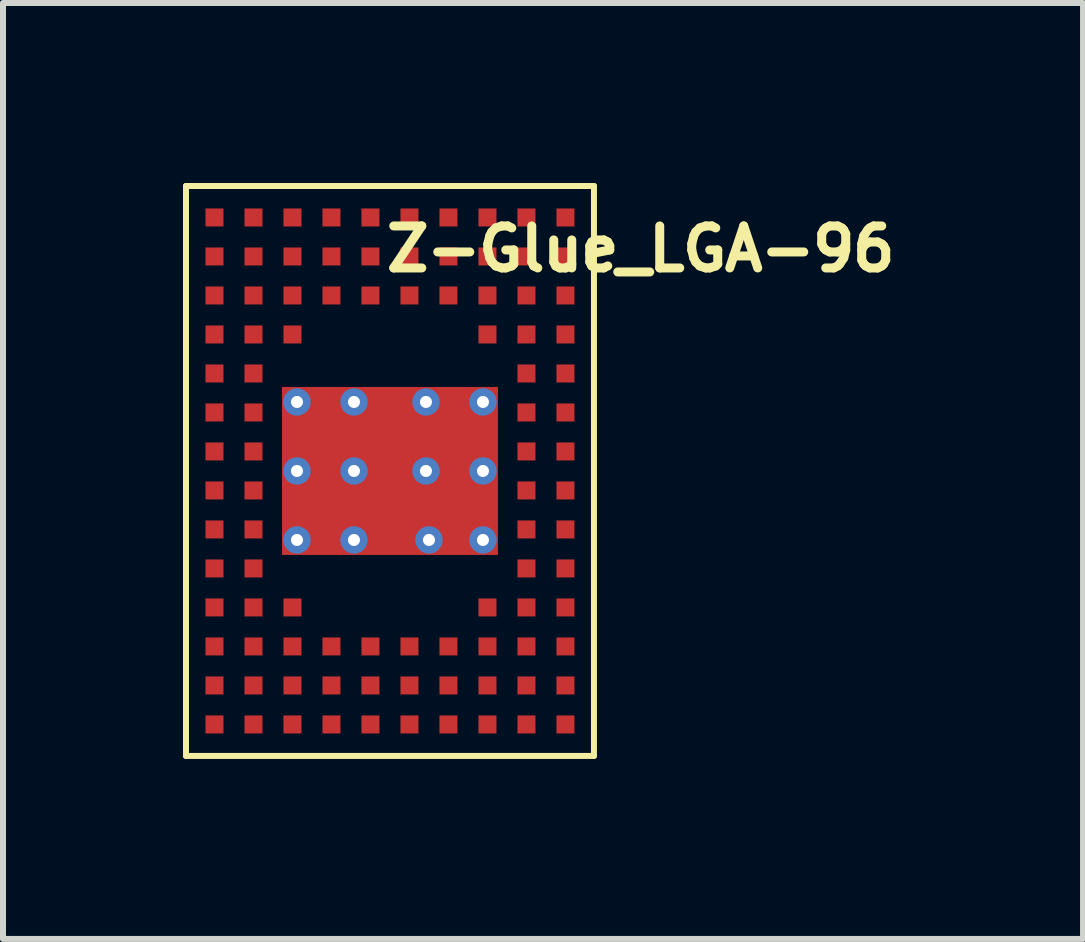
<source format=kicad_pcb>
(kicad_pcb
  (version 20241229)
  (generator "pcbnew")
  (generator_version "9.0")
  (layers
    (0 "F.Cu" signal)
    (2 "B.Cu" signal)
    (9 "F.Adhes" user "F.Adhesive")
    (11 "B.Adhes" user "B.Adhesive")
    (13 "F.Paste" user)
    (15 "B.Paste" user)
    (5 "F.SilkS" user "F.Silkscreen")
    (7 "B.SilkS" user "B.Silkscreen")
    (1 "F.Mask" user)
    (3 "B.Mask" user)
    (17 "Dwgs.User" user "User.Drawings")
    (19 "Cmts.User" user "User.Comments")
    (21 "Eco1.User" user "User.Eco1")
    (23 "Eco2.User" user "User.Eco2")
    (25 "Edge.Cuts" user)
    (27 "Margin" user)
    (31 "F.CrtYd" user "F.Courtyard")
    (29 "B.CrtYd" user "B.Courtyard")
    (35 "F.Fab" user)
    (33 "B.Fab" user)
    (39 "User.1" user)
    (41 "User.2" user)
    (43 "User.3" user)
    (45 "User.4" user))
  (footprint "Z-Glue_LGA-96"
    (layer "F.Cu")
    (at 3.45 4.8)
    (property "Reference" "Z-Glue_LGA-96" (at 4.18 -3.7 0) (layer "F.SilkS") (effects (font (size 0.7 0.7) (thickness 0.15))))
    (attr through_hole)
    (fp_line (start -3.4 -4.75) (end -3.4 4.75) (stroke (width 0.1) (type solid)) (layer "F.SilkS"))
    (fp_line (start -3.4 -4.75) (end 3.4 -4.75) (stroke (width 0.1) (type solid)) (layer "F.SilkS"))
    (fp_line (start -3.4 4.75) (end 3.4 4.75) (stroke (width 0.1) (type solid)) (layer "F.SilkS"))
    (fp_line (start 3.4 -4.75) (end 3.4 4.75) (stroke (width 0.1) (type solid)) (layer "F.SilkS"))
    (pad "" smd roundrect (at -1.2 -0.65) (size 1 1.2) (layers "F.Paste") (roundrect_rratio 0.25))
    (pad "" smd roundrect (at -1.2 0.65) (size 1 1.2) (layers "F.Paste") (roundrect_rratio 0.25))
    (pad "" smd roundrect (at 0 -0.65) (size 1 1.2) (layers "F.Paste") (roundrect_rratio 0.25))
    (pad "" smd roundrect (at 0 0.65) (size 1 1.2) (layers "F.Paste") (roundrect_rratio 0.25))
    (pad "" smd roundrect (at 1.2 -0.65) (size 1 1.2) (layers "F.Paste") (roundrect_rratio 0.25))
    (pad "" smd roundrect (at 1.2 0.65) (size 1 1.2) (layers "F.Paste") (roundrect_rratio 0.25))
    (pad "A1" smd rect (at 2.925 4.225) (size 0.3 0.3) (layers "F.Cu" "F.Mask" "F.Paste"))
    (pad "A2" smd rect (at 2.275 4.225) (size 0.3 0.3) (layers "F.Cu" "F.Mask" "F.Paste"))
    (pad "A3" smd rect (at 1.625 4.225) (size 0.3 0.3) (layers "F.Cu" "F.Mask" "F.Paste"))
    (pad "A4" smd rect (at 0.975 4.225) (size 0.3 0.3) (layers "F.Cu" "F.Mask" "F.Paste"))
    (pad "A5" smd rect (at 0.325 4.225) (size 0.3 0.3) (layers "F.Cu" "F.Mask" "F.Paste"))
    (pad "A6" smd rect (at -0.325 4.225) (size 0.3 0.3) (layers "F.Cu" "F.Mask" "F.Paste"))
    (pad "A7" smd rect (at -0.975 4.225) (size 0.3 0.3) (layers "F.Cu" "F.Mask" "F.Paste"))
    (pad "A8" smd rect (at -1.625 4.225) (size 0.3 0.3) (layers "F.Cu" "F.Mask" "F.Paste"))
    (pad "A9" smd rect (at -2.275 4.225) (size 0.3 0.3) (layers "F.Cu" "F.Mask" "F.Paste"))
    (pad "A10" smd rect (at -2.925 4.225) (size 0.3 0.3) (layers "F.Cu" "F.Mask" "F.Paste"))
    (pad "B1" smd rect (at 2.925 3.575) (size 0.3 0.3) (layers "F.Cu" "F.Mask" "F.Paste"))
    (pad "B2" smd rect (at 2.275 3.575) (size 0.3 0.3) (layers "F.Cu" "F.Mask" "F.Paste"))
    (pad "B3" smd rect (at 1.625 3.575) (size 0.3 0.3) (layers "F.Cu" "F.Mask" "F.Paste"))
    (pad "B4" smd rect (at 0.975 3.575) (size 0.3 0.3) (layers "F.Cu" "F.Mask" "F.Paste"))
    (pad "B5" smd rect (at 0.325 3.575) (size 0.3 0.3) (layers "F.Cu" "F.Mask" "F.Paste"))
    (pad "B6" smd rect (at -0.325 3.575) (size 0.3 0.3) (layers "F.Cu" "F.Mask" "F.Paste"))
    (pad "B7" smd rect (at -0.975 3.575) (size 0.3 0.3) (layers "F.Cu" "F.Mask" "F.Paste"))
    (pad "B8" smd rect (at -1.625 3.575) (size 0.3 0.3) (layers "F.Cu" "F.Mask" "F.Paste"))
    (pad "B9" smd rect (at -2.275 3.575) (size 0.3 0.3) (layers "F.Cu" "F.Mask" "F.Paste"))
    (pad "B10" smd rect (at -2.925 3.575) (size 0.3 0.3) (layers "F.Cu" "F.Mask" "F.Paste"))
    (pad "C1" smd rect (at 2.925 2.925) (size 0.3 0.3) (layers "F.Cu" "F.Mask" "F.Paste"))
    (pad "C2" smd rect (at 2.275 2.925) (size 0.3 0.3) (layers "F.Cu" "F.Mask" "F.Paste"))
    (pad "C3" smd rect (at 1.625 2.925) (size 0.3 0.3) (layers "F.Cu" "F.Mask" "F.Paste"))
    (pad "C4" smd rect (at 0.975 2.925) (size 0.3 0.3) (layers "F.Cu" "F.Mask" "F.Paste"))
    (pad "C5" smd rect (at 0.325 2.925) (size 0.3 0.3) (layers "F.Cu" "F.Mask" "F.Paste"))
    (pad "C6" smd rect (at -0.325 2.925) (size 0.3 0.3) (layers "F.Cu" "F.Mask" "F.Paste"))
    (pad "C7" smd rect (at -0.975 2.925) (size 0.3 0.3) (layers "F.Cu" "F.Mask" "F.Paste"))
    (pad "C8" smd rect (at -1.625 2.925) (size 0.3 0.3) (layers "F.Cu" "F.Mask" "F.Paste"))
    (pad "C9" smd rect (at -2.275 2.925) (size 0.3 0.3) (layers "F.Cu" "F.Mask" "F.Paste"))
    (pad "C10" smd rect (at -2.925 2.925) (size 0.3 0.3) (layers "F.Cu" "F.Mask" "F.Paste"))
    (pad "D1" smd rect (at 2.925 2.275) (size 0.3 0.3) (layers "F.Cu" "F.Mask" "F.Paste"))
    (pad "D2" smd rect (at 2.275 2.275) (size 0.3 0.3) (layers "F.Cu" "F.Mask" "F.Paste"))
    (pad "D3" smd rect (at 1.625 2.275) (size 0.3 0.3) (layers "F.Cu" "F.Mask" "F.Paste"))
    (pad "D8" smd rect (at -1.625 2.275) (size 0.3 0.3) (layers "F.Cu" "F.Mask" "F.Paste"))
    (pad "D9" smd rect (at -2.275 2.275) (size 0.3 0.3) (layers "F.Cu" "F.Mask" "F.Paste"))
    (pad "D10" smd rect (at -2.925 2.275) (size 0.3 0.3) (layers "F.Cu" "F.Mask" "F.Paste"))
    (pad "E1" smd rect (at 2.925 1.625) (size 0.3 0.3) (layers "F.Cu" "F.Mask" "F.Paste"))
    (pad "E2" smd rect (at 2.275 1.625) (size 0.3 0.3) (layers "F.Cu" "F.Mask" "F.Paste"))
    (pad "E9" smd rect (at -2.275 1.625) (size 0.3 0.3) (layers "F.Cu" "F.Mask" "F.Paste"))
    (pad "E10" smd rect (at -2.925 1.625) (size 0.3 0.3) (layers "F.Cu" "F.Mask" "F.Paste"))
    (pad "EP" thru_hole circle (at -1.55 -1.15) (size 0.457 0.457) (drill 0.2) (layers "*.Cu" "*.Mask"))
    (pad "EP" thru_hole circle (at -1.55 0) (size 0.457 0.457) (drill 0.2) (layers "*.Cu" "*.Mask"))
    (pad "EP" thru_hole circle (at -1.55 1.15) (size 0.457 0.457) (drill 0.2) (layers "*.Cu" "*.Mask"))
    (pad "EP" thru_hole circle (at -0.6 -1.15) (size 0.457 0.457) (drill 0.2) (layers "*.Cu" "*.Mask"))
    (pad "EP" thru_hole circle (at -0.6 0) (size 0.457 0.457) (drill 0.2) (layers "*.Cu" "*.Mask"))
    (pad "EP" thru_hole circle (at -0.6 1.15) (size 0.457 0.457) (drill 0.2) (layers "*.Cu" "*.Mask"))
    (pad "EP" smd rect (at 0 0) (size 3.6 2.8) (layers "F.Cu" "F.Mask"))
    (pad "EP" thru_hole circle (at 0.6 -1.15) (size 0.457 0.457) (drill 0.2) (layers "*.Cu" "*.Mask"))
    (pad "EP" thru_hole circle (at 0.6 0) (size 0.457 0.457) (drill 0.2) (layers "*.Cu" "*.Mask"))
    (pad "EP" thru_hole circle (at 0.65 1.15) (size 0.457 0.457) (drill 0.2) (layers "*.Cu" "*.Mask"))
    (pad "EP" thru_hole circle (at 1.55 -1.15) (size 0.457 0.457) (drill 0.2) (layers "*.Cu" "*.Mask"))
    (pad "EP" thru_hole circle (at 1.55 0) (size 0.457 0.457) (drill 0.2) (layers "*.Cu" "*.Mask"))
    (pad "EP" thru_hole circle (at 1.55 1.15) (size 0.457 0.457) (drill 0.2) (layers "*.Cu" "*.Mask"))
    (pad "F1" smd rect (at 2.925 0.975) (size 0.3 0.3) (layers "F.Cu" "F.Mask" "F.Paste"))
    (pad "F2" smd rect (at 2.275 0.975) (size 0.3 0.3) (layers "F.Cu" "F.Mask" "F.Paste"))
    (pad "F9" smd rect (at -2.275 0.975) (size 0.3 0.3) (layers "F.Cu" "F.Mask" "F.Paste"))
    (pad "F10" smd rect (at -2.925 0.975) (size 0.3 0.3) (layers "F.Cu" "F.Mask" "F.Paste"))
    (pad "G1" smd rect (at 2.925 0.325) (size 0.3 0.3) (layers "F.Cu" "F.Mask" "F.Paste"))
    (pad "G2" smd rect (at 2.275 0.325) (size 0.3 0.3) (layers "F.Cu" "F.Mask" "F.Paste"))
    (pad "G9" smd rect (at -2.275 0.325) (size 0.3 0.3) (layers "F.Cu" "F.Mask" "F.Paste"))
    (pad "G10" smd rect (at -2.925 0.325) (size 0.3 0.3) (layers "F.Cu" "F.Mask" "F.Paste"))
    (pad "H1" smd rect (at 2.925 -0.325) (size 0.3 0.3) (layers "F.Cu" "F.Mask" "F.Paste"))
    (pad "H2" smd rect (at 2.275 -0.325) (size 0.3 0.3) (layers "F.Cu" "F.Mask" "F.Paste"))
    (pad "H9" smd rect (at -2.275 -0.325) (size 0.3 0.3) (layers "F.Cu" "F.Mask" "F.Paste"))
    (pad "H10" smd rect (at -2.925 -0.325) (size 0.3 0.3) (layers "F.Cu" "F.Mask" "F.Paste"))
    (pad "J1" smd rect (at 2.925 -0.975) (size 0.3 0.3) (layers "F.Cu" "F.Mask" "F.Paste"))
    (pad "J2" smd rect (at 2.275 -0.975) (size 0.3 0.3) (layers "F.Cu" "F.Mask" "F.Paste"))
    (pad "J9" smd rect (at -2.275 -0.975) (size 0.3 0.3) (layers "F.Cu" "F.Mask" "F.Paste"))
    (pad "J10" smd rect (at -2.925 -0.975) (size 0.3 0.3) (layers "F.Cu" "F.Mask" "F.Paste"))
    (pad "K1" smd rect (at 2.925 -1.625 90) (size 0.3 0.3) (layers "F.Cu" "F.Mask" "F.Paste"))
    (pad "K2" smd rect (at 2.275 -1.625) (size 0.3 0.3) (layers "F.Cu" "F.Mask" "F.Paste"))
    (pad "K9" smd rect (at -2.275 -1.625) (size 0.3 0.3) (layers "F.Cu" "F.Mask" "F.Paste"))
    (pad "K10" smd rect (at -2.925 -1.625) (size 0.3 0.3) (layers "F.Cu" "F.Mask" "F.Paste"))
    (pad "L1" smd rect (at 2.925 -2.275) (size 0.3 0.3) (layers "F.Cu" "F.Mask" "F.Paste"))
    (pad "L2" smd rect (at 2.275 -2.275) (size 0.3 0.3) (layers "F.Cu" "F.Mask" "F.Paste"))
    (pad "L3" smd rect (at 1.625 -2.275) (size 0.3 0.3) (layers "F.Cu" "F.Mask" "F.Paste"))
    (pad "L8" smd rect (at -1.625 -2.275) (size 0.3 0.3) (layers "F.Cu" "F.Mask" "F.Paste"))
    (pad "L9" smd rect (at -2.275 -2.275) (size 0.3 0.3) (layers "F.Cu" "F.Mask" "F.Paste"))
    (pad "L10" smd rect (at -2.925 -2.275) (size 0.3 0.3) (layers "F.Cu" "F.Mask" "F.Paste"))
    (pad "M1" smd rect (at 2.925 -2.925) (size 0.3 0.3) (layers "F.Cu" "F.Mask" "F.Paste"))
    (pad "M2" smd rect (at 2.275 -2.925) (size 0.3 0.3) (layers "F.Cu" "F.Mask" "F.Paste"))
    (pad "M3" smd rect (at 1.625 -2.925) (size 0.3 0.3) (layers "F.Cu" "F.Mask" "F.Paste"))
    (pad "M4" smd rect (at 0.975 -2.925) (size 0.3 0.3) (layers "F.Cu" "F.Mask" "F.Paste"))
    (pad "M5" smd rect (at 0.325 -2.925) (size 0.3 0.3) (layers "F.Cu" "F.Mask" "F.Paste"))
    (pad "M6" smd rect (at -0.325 -2.925) (size 0.3 0.3) (layers "F.Cu" "F.Mask" "F.Paste"))
    (pad "M7" smd rect (at -0.975 -2.925) (size 0.3 0.3) (layers "F.Cu" "F.Mask" "F.Paste"))
    (pad "M8" smd rect (at -1.625 -2.925) (size 0.3 0.3) (layers "F.Cu" "F.Mask" "F.Paste"))
    (pad "M9" smd rect (at -2.275 -2.925) (size 0.3 0.3) (layers "F.Cu" "F.Mask" "F.Paste"))
    (pad "M10" smd rect (at -2.925 -2.925) (size 0.3 0.3) (layers "F.Cu" "F.Mask" "F.Paste"))
    (pad "N1" smd rect (at 2.925 -3.575) (size 0.3 0.3) (layers "F.Cu" "F.Mask" "F.Paste"))
    (pad "N2" smd rect (at 2.275 -3.575) (size 0.3 0.3) (layers "F.Cu" "F.Mask" "F.Paste"))
    (pad "N3" smd rect (at 1.625 -3.575) (size 0.3 0.3) (layers "F.Cu" "F.Mask" "F.Paste"))
    (pad "N4" smd rect (at 0.975 -3.575) (size 0.3 0.3) (layers "F.Cu" "F.Mask" "F.Paste"))
    (pad "N5" smd rect (at 0.325 -3.575) (size 0.3 0.3) (layers "F.Cu" "F.Mask" "F.Paste"))
    (pad "N6" smd rect (at -0.325 -3.575) (size 0.3 0.3) (layers "F.Cu" "F.Mask" "F.Paste"))
    (pad "N7" smd rect (at -0.975 -3.575) (size 0.3 0.3) (layers "F.Cu" "F.Mask" "F.Paste"))
    (pad "N8" smd rect (at -1.625 -3.575) (size 0.3 0.3) (layers "F.Cu" "F.Mask" "F.Paste"))
    (pad "N9" smd rect (at -2.275 -3.575) (size 0.3 0.3) (layers "F.Cu" "F.Mask" "F.Paste"))
    (pad "N10" smd rect (at -2.925 -3.575) (size 0.3 0.3) (layers "F.Cu" "F.Mask" "F.Paste"))
    (pad "P1" smd rect (at 2.925 -4.225) (size 0.3 0.3) (layers "F.Cu" "F.Mask" "F.Paste"))
    (pad "P2" smd rect (at 2.275 -4.225) (size 0.3 0.3) (layers "F.Cu" "F.Mask" "F.Paste"))
    (pad "P3" smd rect (at 1.625 -4.225) (size 0.3 0.3) (layers "F.Cu" "F.Mask" "F.Paste"))
    (pad "P4" smd rect (at 0.975 -4.225) (size 0.3 0.3) (layers "F.Cu" "F.Mask" "F.Paste"))
    (pad "P5" smd rect (at 0.325 -4.225) (size 0.3 0.3) (layers "F.Cu" "F.Mask" "F.Paste"))
    (pad "P6" smd rect (at -0.325 -4.225 90) (size 0.3 0.3) (layers "F.Cu" "F.Mask" "F.Paste"))
    (pad "P7" smd rect (at -0.975 -4.225) (size 0.3 0.3) (layers "F.Cu" "F.Mask" "F.Paste"))
    (pad "P8" smd rect (at -1.625 -4.225) (size 0.3 0.3) (layers "F.Cu" "F.Mask" "F.Paste"))
    (pad "P9" smd rect (at -2.275 -4.225) (size 0.3 0.3) (layers "F.Cu" "F.Mask" "F.Paste"))
    (pad "P10" smd rect (at -2.925 -4.225) (size 0.3 0.3) (layers "F.Cu" "F.Mask" "F.Paste")))
  (gr_rect
    (start -3 -3)
    (end 15.002 12.6)
    (stroke (width 0.1) (type default))
    (fill no)
    (layer "Edge.Cuts")))
</source>
